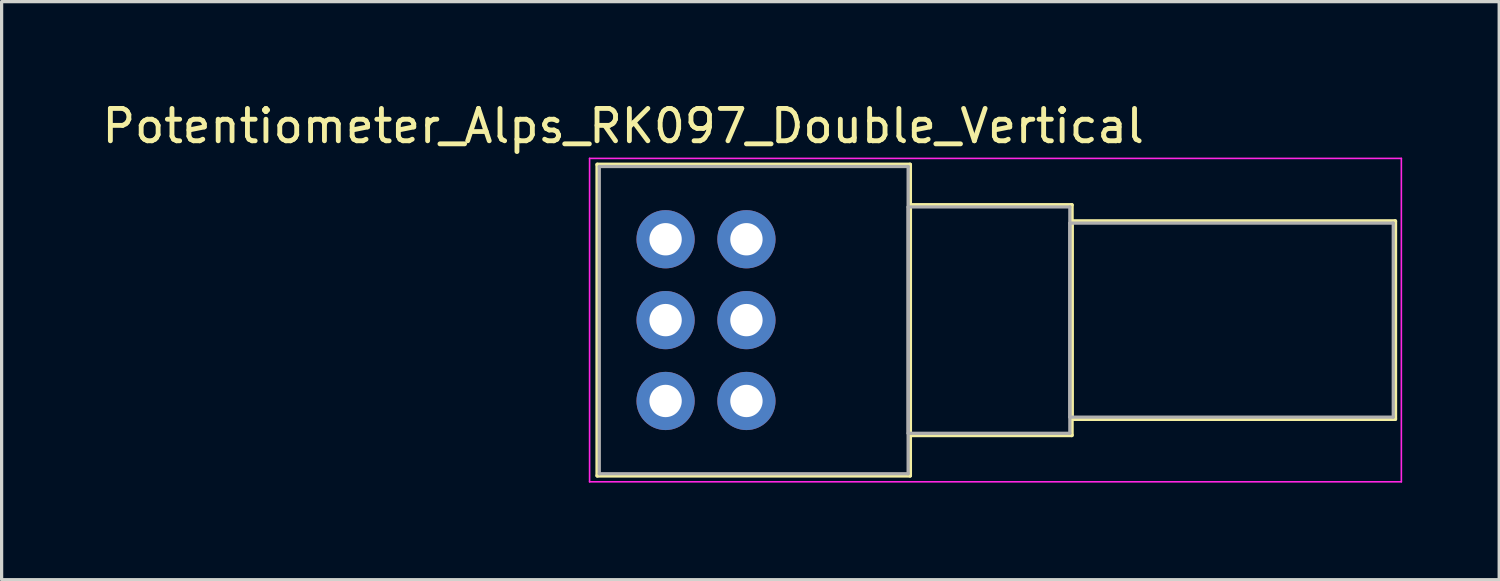
<source format=kicad_pcb>
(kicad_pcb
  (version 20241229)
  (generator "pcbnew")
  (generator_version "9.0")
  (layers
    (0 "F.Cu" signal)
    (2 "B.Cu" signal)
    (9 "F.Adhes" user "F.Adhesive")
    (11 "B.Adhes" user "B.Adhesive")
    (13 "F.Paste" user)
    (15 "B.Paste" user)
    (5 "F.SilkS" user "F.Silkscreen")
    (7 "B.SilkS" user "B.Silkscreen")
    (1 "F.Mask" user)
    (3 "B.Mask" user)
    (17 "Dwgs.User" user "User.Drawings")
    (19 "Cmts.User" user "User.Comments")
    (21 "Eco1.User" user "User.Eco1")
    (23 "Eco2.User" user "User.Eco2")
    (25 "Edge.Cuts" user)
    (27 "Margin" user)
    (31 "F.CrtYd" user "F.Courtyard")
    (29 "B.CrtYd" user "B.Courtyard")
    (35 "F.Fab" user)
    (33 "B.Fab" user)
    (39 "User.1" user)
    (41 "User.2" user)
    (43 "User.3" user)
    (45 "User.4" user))
  (footprint "Potentiometer_Alps_RK097_Double_Vertical"
    (layer "F.Cu")
    (at 20.03 9.348)
    (property "Reference" "Potentiometer_Alps_RK097_Double_Vertical" (at -3.81 -8.5 0) (layer "F.SilkS") (effects (font (size 1 1) (thickness 0.15))))
    (attr through_hole)
    (fp_line (start -4.61 -7.31) (end -4.61 2.31) (stroke (width 0.12) (type solid)) (layer "F.SilkS"))
    (fp_line (start -4.61 -7.31) (end 5.06 -7.31) (stroke (width 0.12) (type solid)) (layer "F.SilkS"))
    (fp_line (start -4.61 2.31) (end 5.06 2.31) (stroke (width 0.12) (type solid)) (layer "F.SilkS"))
    (fp_line (start 5.06 -7.31) (end 5.06 2.31) (stroke (width 0.12) (type solid)) (layer "F.SilkS"))
    (fp_line (start 5.06 -6.06) (end 5.06 1.06) (stroke (width 0.12) (type solid)) (layer "F.SilkS"))
    (fp_line (start 5.06 -6.06) (end 10.06 -6.06) (stroke (width 0.12) (type solid)) (layer "F.SilkS"))
    (fp_line (start 5.06 1.06) (end 10.06 1.06) (stroke (width 0.12) (type solid)) (layer "F.SilkS"))
    (fp_line (start 10.06 -6.06) (end 10.06 1.06) (stroke (width 0.12) (type solid)) (layer "F.SilkS"))
    (fp_line (start 10.06 -5.56) (end 10.06 0.56) (stroke (width 0.12) (type solid)) (layer "F.SilkS"))
    (fp_line (start 10.06 -5.56) (end 20.06 -5.56) (stroke (width 0.12) (type solid)) (layer "F.SilkS"))
    (fp_line (start 10.06 0.56) (end 20.06 0.56) (stroke (width 0.12) (type solid)) (layer "F.SilkS"))
    (fp_line (start 20.06 -5.56) (end 20.06 0.56) (stroke (width 0.12) (type solid)) (layer "F.SilkS"))
    (fp_line (start -4.85 -7.5) (end -4.85 2.5) (stroke (width 0.05) (type solid)) (layer "F.CrtYd"))
    (fp_line (start -4.85 2.5) (end 20.25 2.5) (stroke (width 0.05) (type solid)) (layer "F.CrtYd"))
    (fp_line (start 20.25 -7.5) (end -4.85 -7.5) (stroke (width 0.05) (type solid)) (layer "F.CrtYd"))
    (fp_line (start 20.25 2.5) (end 20.25 -7.5) (stroke (width 0.05) (type solid)) (layer "F.CrtYd"))
    (fp_line (start -4.55 -7.25) (end -4.55 2.25) (stroke (width 0.1) (type solid)) (layer "F.Fab"))
    (fp_line (start -4.55 2.25) (end 5 2.25) (stroke (width 0.1) (type solid)) (layer "F.Fab"))
    (fp_line (start 5 -7.25) (end -4.55 -7.25) (stroke (width 0.1) (type solid)) (layer "F.Fab"))
    (fp_line (start 5 -6) (end 5 1) (stroke (width 0.1) (type solid)) (layer "F.Fab"))
    (fp_line (start 5 1) (end 10 1) (stroke (width 0.1) (type solid)) (layer "F.Fab"))
    (fp_line (start 5 2.25) (end 5 -7.25) (stroke (width 0.1) (type solid)) (layer "F.Fab"))
    (fp_line (start 10 -6) (end 5 -6) (stroke (width 0.1) (type solid)) (layer "F.Fab"))
    (fp_line (start 10 -5.5) (end 10 0.5) (stroke (width 0.1) (type solid)) (layer "F.Fab"))
    (fp_line (start 10 0.5) (end 20 0.5) (stroke (width 0.1) (type solid)) (layer "F.Fab"))
    (fp_line (start 10 1) (end 10 -6) (stroke (width 0.1) (type solid)) (layer "F.Fab"))
    (fp_line (start 20 -5.5) (end 10 -5.5) (stroke (width 0.1) (type solid)) (layer "F.Fab"))
    (fp_line (start 20 0.5) (end 20 -5.5) (stroke (width 0.1) (type solid)) (layer "F.Fab"))
    (pad "1" thru_hole circle (at 0 -5) (size 1.8 1.8) (drill 1) (layers "*.Cu" "*.Mask"))
    (pad "2" thru_hole circle (at 0 -2.5) (size 1.8 1.8) (drill 1) (layers "*.Cu" "*.Mask"))
    (pad "3" thru_hole circle (at 0 0) (size 1.8 1.8) (drill 1) (layers "*.Cu" "*.Mask"))
    (pad "4" thru_hole circle (at -2.5 -5) (size 1.8 1.8) (drill 1) (layers "*.Cu" "*.Mask"))
    (pad "5" thru_hole circle (at -2.5 -2.5) (size 1.8 1.8) (drill 1) (layers "*.Cu" "*.Mask"))
    (pad "6" thru_hole circle (at -2.5 0) (size 1.8 1.8) (drill 1) (layers "*.Cu" "*.Mask")))
  (gr_rect
    (start -3 -3)
    (end 43.305 14.873)
    (stroke (width 0.1) (type default))
    (fill no)
    (layer "Edge.Cuts")))
</source>
